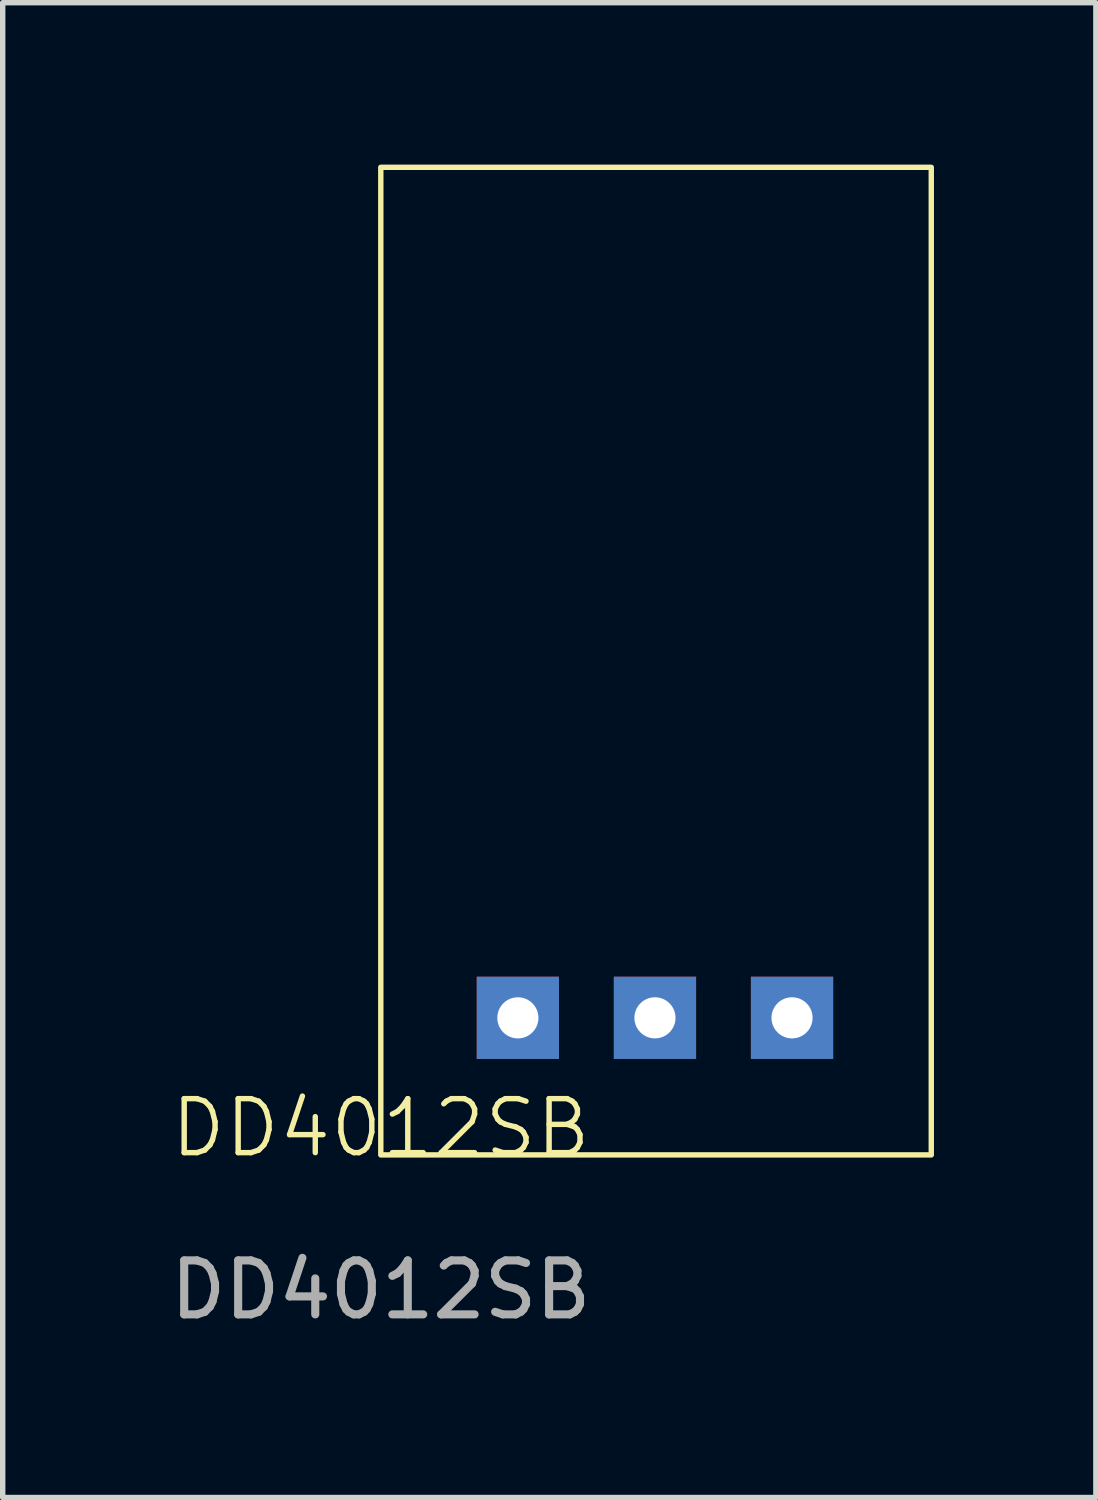
<source format=kicad_pcb>
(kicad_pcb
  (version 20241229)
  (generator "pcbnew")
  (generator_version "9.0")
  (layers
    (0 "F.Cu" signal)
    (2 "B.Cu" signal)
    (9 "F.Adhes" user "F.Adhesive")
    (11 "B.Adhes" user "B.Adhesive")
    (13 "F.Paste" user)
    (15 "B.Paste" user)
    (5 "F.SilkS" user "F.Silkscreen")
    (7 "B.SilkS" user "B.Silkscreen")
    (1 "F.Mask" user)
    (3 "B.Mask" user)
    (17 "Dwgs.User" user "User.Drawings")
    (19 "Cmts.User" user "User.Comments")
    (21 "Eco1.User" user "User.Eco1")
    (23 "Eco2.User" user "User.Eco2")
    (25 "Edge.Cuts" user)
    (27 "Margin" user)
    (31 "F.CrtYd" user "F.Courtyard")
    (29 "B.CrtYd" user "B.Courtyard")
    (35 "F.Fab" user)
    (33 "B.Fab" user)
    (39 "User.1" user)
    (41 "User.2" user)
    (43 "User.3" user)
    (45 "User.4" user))
  (footprint "DD4012SB"
    (layer "F.Cu")
    (at 4.006 18.35)
    (property "Reference" "DD4012SB" (at 0 -0.5 0) (unlocked yes) (layer "F.SilkS") (effects (font (size 1 1) (thickness 0.1))))
    (attr through_hole)
    (fp_rect (start 0 -18.3) (end 10.2 0) (stroke (width 0.1) (type default)) (fill no) (layer "F.SilkS"))
    (fp_text user "${REFERENCE}" (at 0 2.5 0) (unlocked yes) (layer "F.Fab") (effects (font (size 1 1) (thickness 0.15))))
    (pad "1" thru_hole rect (at 2.54 -2.54) (size 1.524 1.524) (drill 0.762) (layers "*.Cu" "*.Mask"))
    (pad "2" thru_hole rect (at 5.08 -2.54) (size 1.524 1.524) (drill 0.762) (layers "*.Cu" "*.Mask"))
    (pad "3" thru_hole rect (at 7.62 -2.54) (size 1.524 1.524) (drill 0.762) (layers "*.Cu" "*.Mask")))
  (gr_rect
    (start -3 -3)
    (end 17.256 24.698)
    (stroke (width 0.1) (type default))
    (fill no)
    (layer "Edge.Cuts")))
</source>
